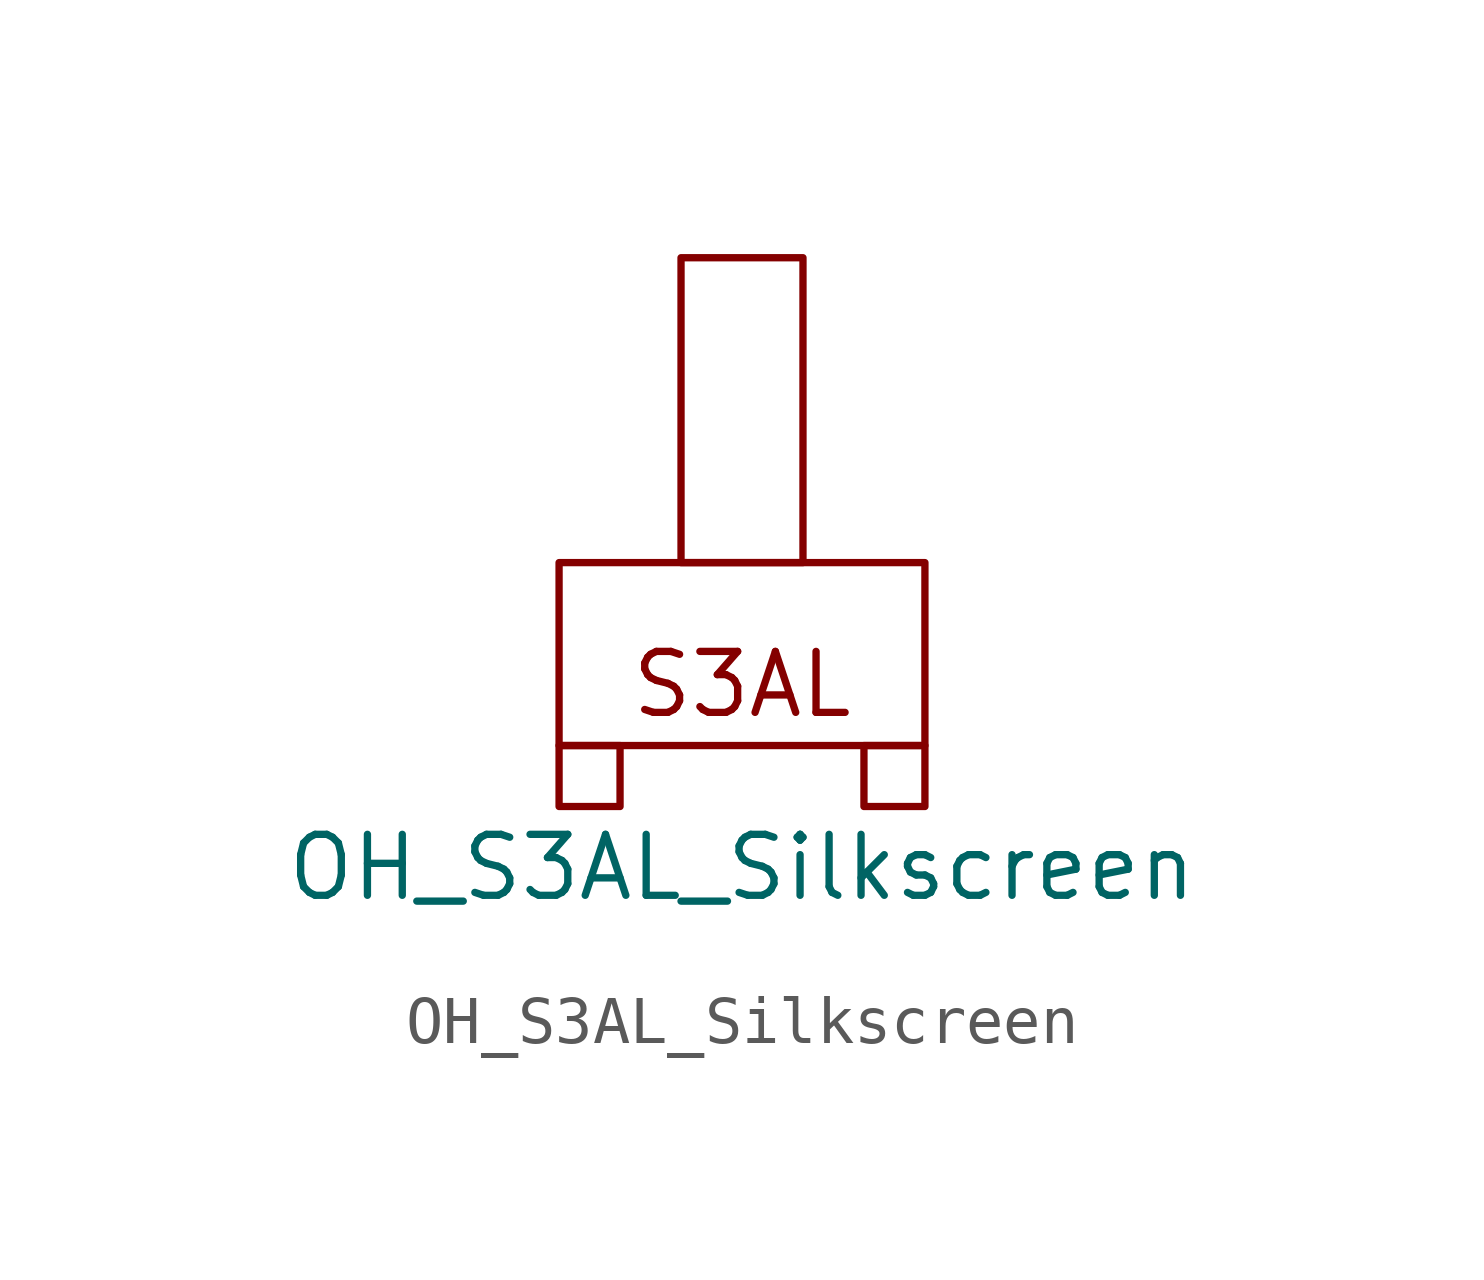
<source format=kicad_sym>
(kicad_symbol_lib
  (version 20231120)
  (generator "kicad_symbol_editor")
  (generator_version "8.0")
  (symbol "OH_S3AL_Silkscreen"
    (pin_numbers hide)
    (pin_names
      (offset 0) hide)
    (property "Reference" "LOGO"
      (at 0 -6.35 0)
      (effects (font (size 1.27 1.27)) (hide yes)))
    (property "Value" "OH_S3AL_Silkscreen"
      (at 0 -3.81 0)
      (effects (font (size 1.27 1.27))))
    (symbol "OH_S3AL_Silkscreen_0_0"
      (rectangle (start -3.81 -1.27) (end -2.54 -2.54) (stroke (width 0) (type default)) (fill (type none)))
      (rectangle (start -3.81 2.54) (end 3.81 -1.27) (stroke (width 0) (type default)) (fill (type none)))
      (rectangle (start 1.27 2.54) (end -1.27 8.89) (stroke (width 0) (type default)) (fill (type none)))
      (rectangle (start 3.81 -1.27) (end 2.54 -2.54) (stroke (width 0) (type default)) (fill (type none)))
      (text "S3AL" (at 0 0 0) (effects (font (size 1.27 1.27)))))))
</source>
